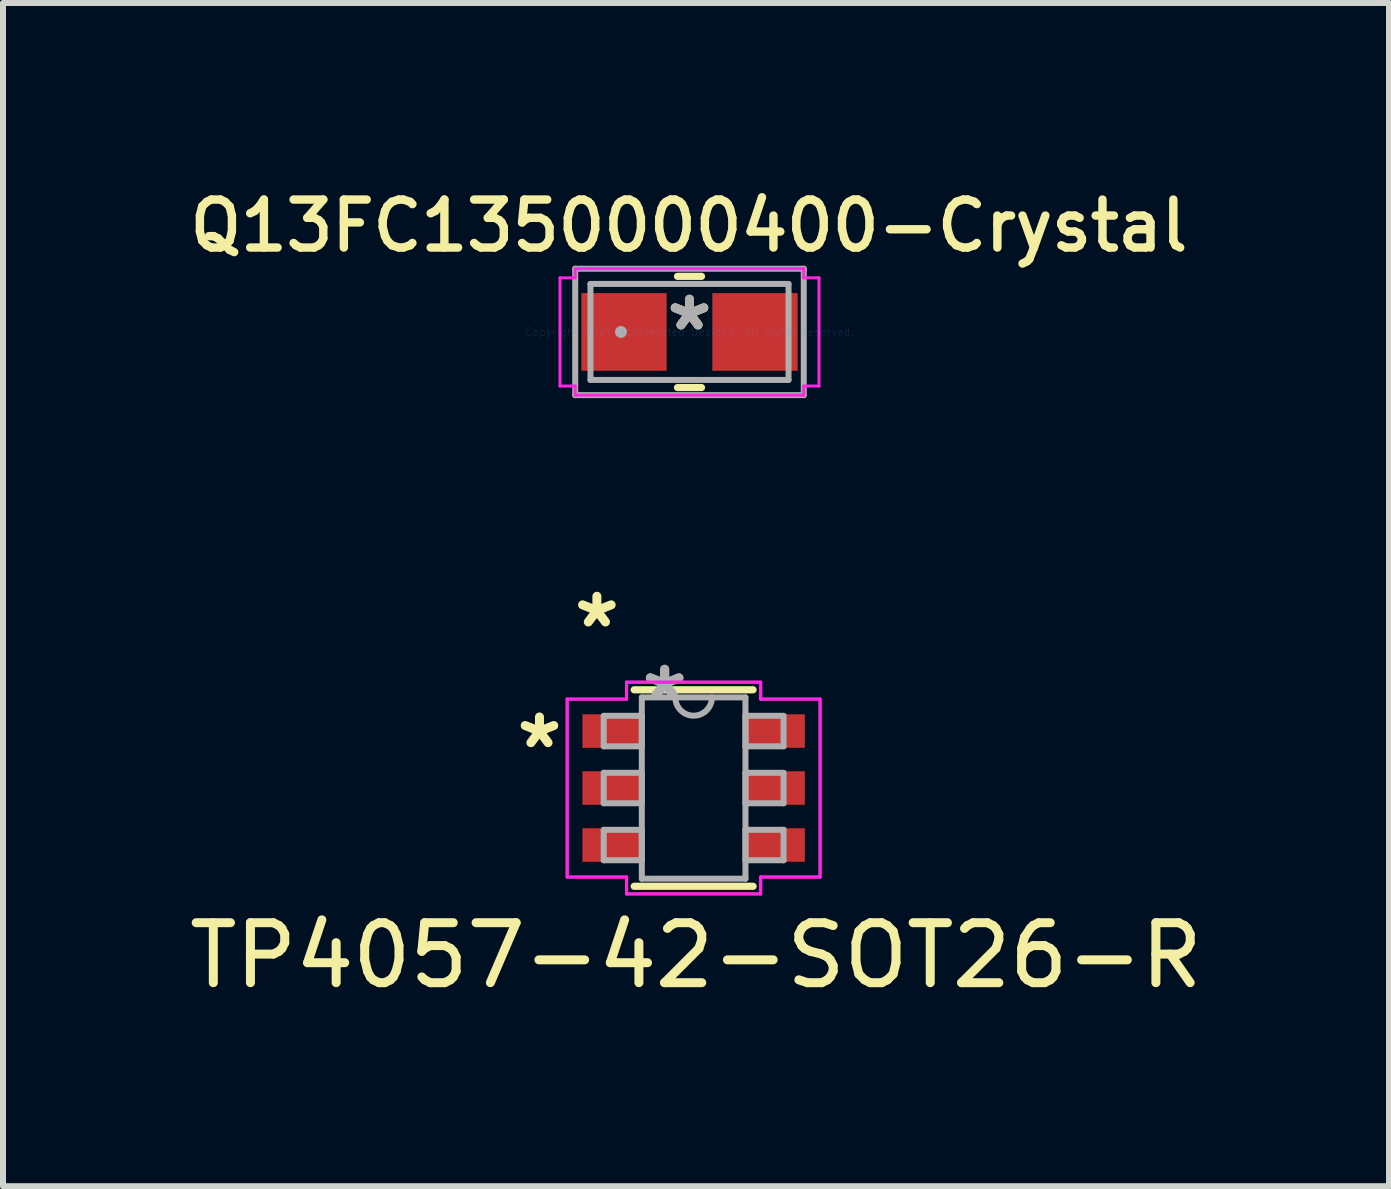
<source format=kicad_pcb>
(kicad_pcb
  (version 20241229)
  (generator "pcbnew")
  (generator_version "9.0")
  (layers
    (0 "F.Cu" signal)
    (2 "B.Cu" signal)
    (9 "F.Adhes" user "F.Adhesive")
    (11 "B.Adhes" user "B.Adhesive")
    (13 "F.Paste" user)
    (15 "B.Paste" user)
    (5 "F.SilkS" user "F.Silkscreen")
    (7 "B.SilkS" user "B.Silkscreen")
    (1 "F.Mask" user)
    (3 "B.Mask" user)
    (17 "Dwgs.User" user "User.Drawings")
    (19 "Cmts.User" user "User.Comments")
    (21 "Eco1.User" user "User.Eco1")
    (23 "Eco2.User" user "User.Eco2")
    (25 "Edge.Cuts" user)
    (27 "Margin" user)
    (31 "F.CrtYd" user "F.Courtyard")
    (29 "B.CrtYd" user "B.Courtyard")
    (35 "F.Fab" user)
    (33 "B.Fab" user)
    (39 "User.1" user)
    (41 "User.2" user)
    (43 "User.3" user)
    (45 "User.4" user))
  (footprint "Q13FC1350000400-Crystal"
    (layer "F.Cu")
    (at 8.445 2.484)
    (property "Reference" "Q13FC1350000400-Crystal" (at -0.01 -1.77 0) (layer "F.SilkS") (effects (font (size 0.8 0.8) (thickness 0.14) (bold yes))))
    (attr smd)
    (fp_line (start -0.2 0.927) (end 0.2 0.927) (stroke (width 0.12) (type solid)) (layer "F.SilkS"))
    (fp_line (start 0.2 -0.927) (end -0.2 -0.927) (stroke (width 0.12) (type solid)) (layer "F.SilkS"))
    (fp_line (start -2.159 -0.902) (end -1.905 -0.902) (stroke (width 0.05) (type solid)) (layer "F.CrtYd"))
    (fp_line (start -2.159 0.902) (end -2.159 -0.902) (stroke (width 0.05) (type solid)) (layer "F.CrtYd"))
    (fp_line (start -1.905 -1.054) (end 1.905 -1.054) (stroke (width 0.05) (type solid)) (layer "F.CrtYd"))
    (fp_line (start -1.905 -0.902) (end -1.905 -1.054) (stroke (width 0.05) (type solid)) (layer "F.CrtYd"))
    (fp_line (start -1.905 0.902) (end -2.159 0.902) (stroke (width 0.05) (type solid)) (layer "F.CrtYd"))
    (fp_line (start -1.905 1.054) (end -1.905 0.902) (stroke (width 0.05) (type solid)) (layer "F.CrtYd"))
    (fp_line (start 1.905 -1.054) (end 1.905 -0.902) (stroke (width 0.05) (type solid)) (layer "F.CrtYd"))
    (fp_line (start 1.905 -0.902) (end 2.159 -0.902) (stroke (width 0.05) (type solid)) (layer "F.CrtYd"))
    (fp_line (start 1.905 0.902) (end 1.905 1.054) (stroke (width 0.05) (type solid)) (layer "F.CrtYd"))
    (fp_line (start 1.905 1.054) (end -1.905 1.054) (stroke (width 0.05) (type solid)) (layer "F.CrtYd"))
    (fp_line (start 2.159 -0.902) (end 2.159 0.902) (stroke (width 0.05) (type solid)) (layer "F.CrtYd"))
    (fp_line (start 2.159 0.902) (end 1.905 0.902) (stroke (width 0.05) (type solid)) (layer "F.CrtYd"))
    (fp_line (start -1.905 -1.054) (end 1.905 -1.054) (stroke (width 0.1) (type solid)) (layer "F.Fab"))
    (fp_line (start -1.905 1.054) (end -1.905 -1.054) (stroke (width 0.1) (type solid)) (layer "F.Fab"))
    (fp_line (start -1.651 -0.8) (end -1.651 0.8) (stroke (width 0.1) (type solid)) (layer "F.Fab"))
    (fp_line (start -1.651 0.8) (end 1.651 0.8) (stroke (width 0.1) (type solid)) (layer "F.Fab"))
    (fp_line (start 1.651 -0.8) (end -1.651 -0.8) (stroke (width 0.1) (type solid)) (layer "F.Fab"))
    (fp_line (start 1.651 0.8) (end 1.651 -0.8) (stroke (width 0.1) (type solid)) (layer "F.Fab"))
    (fp_line (start 1.905 -1.054) (end 1.905 1.054) (stroke (width 0.1) (type solid)) (layer "F.Fab"))
    (fp_line (start 1.905 1.054) (end -1.905 1.054) (stroke (width 0.1) (type solid)) (layer "F.Fab"))
    (fp_circle (center -1.143 0) (end -1.143 0) (stroke (width 0.1) (type solid)) (fill no) (layer "F.Fab"))
    (fp_text user "*" (at 0 0 0) (layer "F.SilkS") (effects (font (size 1 1) (thickness 0.15))))
    (fp_text user "Copyright 2021 Accelerated Designs. All rights reserved." (at 0 0 0) (layer "Cmts.User") (effects (font (size 0.127 0.127) (thickness 0.002))))
    (fp_text user "*" (at 0 0 0) (layer "F.Fab") (effects (font (size 1 1) (thickness 0.15))))
    (pad "1" smd rect (at -1.092 0 90) (size 1.295 1.422) (layers "F.Cu" "F.Mask" "F.Paste"))
    (pad "2" smd rect (at 1.092 0 90) (size 1.295 1.422) (layers "F.Cu" "F.Mask" "F.Paste")))
  (footprint "TP4057-42-SOT26-R"
    (layer "F.Cu")
    (at 8.514 10.088)
    (property "Reference" "TP4057-42-SOT26-R" (at 0.04 2.79 0) (layer "F.SilkS") (effects (font (size 1 1) (thickness 0.15))))
    (attr through_hole)
    (fp_line (start -0.991 1.638) (end 0.991 1.638) (stroke (width 0.12) (type solid)) (layer "F.SilkS"))
    (fp_line (start 0.991 -1.638) (end -0.991 -1.638) (stroke (width 0.12) (type solid)) (layer "F.SilkS"))
    (fp_line (start -2.108 -1.483) (end -1.118 -1.483) (stroke (width 0.05) (type solid)) (layer "F.CrtYd"))
    (fp_line (start -2.108 -1.483) (end -1.118 -1.483) (stroke (width 0.05) (type solid)) (layer "F.CrtYd"))
    (fp_line (start -2.108 1.483) (end -2.108 -1.483) (stroke (width 0.05) (type solid)) (layer "F.CrtYd"))
    (fp_line (start -2.108 1.483) (end -2.108 -1.483) (stroke (width 0.05) (type solid)) (layer "F.CrtYd"))
    (fp_line (start -2.108 1.483) (end -1.118 1.483) (stroke (width 0.05) (type solid)) (layer "F.CrtYd"))
    (fp_line (start -1.118 -1.765) (end 1.118 -1.765) (stroke (width 0.05) (type solid)) (layer "F.CrtYd"))
    (fp_line (start -1.118 -1.765) (end 1.118 -1.765) (stroke (width 0.05) (type solid)) (layer "F.CrtYd"))
    (fp_line (start -1.118 -1.483) (end -1.118 -1.765) (stroke (width 0.05) (type solid)) (layer "F.CrtYd"))
    (fp_line (start -1.118 -1.483) (end -1.118 -1.765) (stroke (width 0.05) (type solid)) (layer "F.CrtYd"))
    (fp_line (start -1.118 1.483) (end -2.108 1.483) (stroke (width 0.05) (type solid)) (layer "F.CrtYd"))
    (fp_line (start -1.118 1.765) (end -1.118 1.483) (stroke (width 0.05) (type solid)) (layer "F.CrtYd"))
    (fp_line (start -1.118 1.765) (end -1.118 1.483) (stroke (width 0.05) (type solid)) (layer "F.CrtYd"))
    (fp_line (start 1.118 -1.765) (end 1.118 -1.483) (stroke (width 0.05) (type solid)) (layer "F.CrtYd"))
    (fp_line (start 1.118 -1.765) (end 1.118 -1.483) (stroke (width 0.05) (type solid)) (layer "F.CrtYd"))
    (fp_line (start 1.118 -1.483) (end 2.108 -1.483) (stroke (width 0.05) (type solid)) (layer "F.CrtYd"))
    (fp_line (start 1.118 1.483) (end 1.118 1.765) (stroke (width 0.05) (type solid)) (layer "F.CrtYd"))
    (fp_line (start 1.118 1.483) (end 1.118 1.765) (stroke (width 0.05) (type solid)) (layer "F.CrtYd"))
    (fp_line (start 1.118 1.765) (end -1.118 1.765) (stroke (width 0.05) (type solid)) (layer "F.CrtYd"))
    (fp_line (start 1.118 1.765) (end -1.118 1.765) (stroke (width 0.05) (type solid)) (layer "F.CrtYd"))
    (fp_line (start 2.108 -1.483) (end 1.118 -1.483) (stroke (width 0.05) (type solid)) (layer "F.CrtYd"))
    (fp_line (start 2.108 -1.483) (end 2.108 1.483) (stroke (width 0.05) (type solid)) (layer "F.CrtYd"))
    (fp_line (start 2.108 -1.483) (end 2.108 1.483) (stroke (width 0.05) (type solid)) (layer "F.CrtYd"))
    (fp_line (start 2.108 1.483) (end 1.118 1.483) (stroke (width 0.05) (type solid)) (layer "F.CrtYd"))
    (fp_line (start 2.108 1.483) (end 1.118 1.483) (stroke (width 0.05) (type solid)) (layer "F.CrtYd"))
    (fp_line (start -1.499 -1.204) (end -1.499 -0.696) (stroke (width 0.1) (type solid)) (layer "F.Fab"))
    (fp_line (start -1.499 -0.696) (end -0.864 -0.696) (stroke (width 0.1) (type solid)) (layer "F.Fab"))
    (fp_line (start -1.499 -0.254) (end -1.499 0.254) (stroke (width 0.1) (type solid)) (layer "F.Fab"))
    (fp_line (start -1.499 0.254) (end -0.864 0.254) (stroke (width 0.1) (type solid)) (layer "F.Fab"))
    (fp_line (start -1.499 0.696) (end -1.499 1.204) (stroke (width 0.1) (type solid)) (layer "F.Fab"))
    (fp_line (start -1.499 1.204) (end -0.864 1.204) (stroke (width 0.1) (type solid)) (layer "F.Fab"))
    (fp_line (start -0.864 -1.511) (end -0.864 1.511) (stroke (width 0.1) (type solid)) (layer "F.Fab"))
    (fp_line (start -0.864 -1.204) (end -1.499 -1.204) (stroke (width 0.1) (type solid)) (layer "F.Fab"))
    (fp_line (start -0.864 -0.696) (end -0.864 -1.204) (stroke (width 0.1) (type solid)) (layer "F.Fab"))
    (fp_line (start -0.864 -0.254) (end -1.499 -0.254) (stroke (width 0.1) (type solid)) (layer "F.Fab"))
    (fp_line (start -0.864 0.254) (end -0.864 -0.254) (stroke (width 0.1) (type solid)) (layer "F.Fab"))
    (fp_line (start -0.864 0.696) (end -1.499 0.696) (stroke (width 0.1) (type solid)) (layer "F.Fab"))
    (fp_line (start -0.864 1.204) (end -0.864 0.696) (stroke (width 0.1) (type solid)) (layer "F.Fab"))
    (fp_line (start -0.864 1.511) (end 0.864 1.511) (stroke (width 0.1) (type solid)) (layer "F.Fab"))
    (fp_line (start 0.864 -1.511) (end -0.864 -1.511) (stroke (width 0.1) (type solid)) (layer "F.Fab"))
    (fp_line (start 0.864 -1.204) (end 0.864 -0.696) (stroke (width 0.1) (type solid)) (layer "F.Fab"))
    (fp_line (start 0.864 -0.696) (end 1.499 -0.696) (stroke (width 0.1) (type solid)) (layer "F.Fab"))
    (fp_line (start 0.864 -0.254) (end 0.864 0.254) (stroke (width 0.1) (type solid)) (layer "F.Fab"))
    (fp_line (start 0.864 0.254) (end 1.499 0.254) (stroke (width 0.1) (type solid)) (layer "F.Fab"))
    (fp_line (start 0.864 0.696) (end 0.864 1.204) (stroke (width 0.1) (type solid)) (layer "F.Fab"))
    (fp_line (start 0.864 1.204) (end 1.499 1.204) (stroke (width 0.1) (type solid)) (layer "F.Fab"))
    (fp_line (start 0.864 1.511) (end 0.864 -1.511) (stroke (width 0.1) (type solid)) (layer "F.Fab"))
    (fp_line (start 1.499 -1.204) (end 0.864 -1.204) (stroke (width 0.1) (type solid)) (layer "F.Fab"))
    (fp_line (start 1.499 -0.696) (end 1.499 -1.204) (stroke (width 0.1) (type solid)) (layer "F.Fab"))
    (fp_line (start 1.499 -0.254) (end 0.864 -0.254) (stroke (width 0.1) (type solid)) (layer "F.Fab"))
    (fp_line (start 1.499 0.254) (end 1.499 -0.254) (stroke (width 0.1) (type solid)) (layer "F.Fab"))
    (fp_line (start 1.499 0.696) (end 0.864 0.696) (stroke (width 0.1) (type solid)) (layer "F.Fab"))
    (fp_line (start 1.499 1.204) (end 1.499 0.696) (stroke (width 0.1) (type solid)) (layer "F.Fab"))
    (fp_arc (start 0.3048 -1.5113) (mid 0 -1.2065) (end -0.3048 -1.5113) (stroke (width 0.1) (type solid)) (layer "F.Fab"))
    (fp_text user "*" (at -1.613 -2.652 0) (layer "F.SilkS") (effects (font (size 1 1) (thickness 0.15))))
    (fp_text user "*" (at -2.57 -0.64 0) (layer "F.SilkS") (effects (font (size 1 1) (thickness 0.15))))
    (fp_text user "*" (at -0.483 -1.435 0) (layer "F.Fab") (effects (font (size 1 1) (thickness 0.15))))
    (fp_text user "*" (at -0.483 -1.435 0) (layer "F.Fab") (effects (font (size 1 1) (thickness 0.15))))
    (pad "1" smd rect (at -1.359 -0.95) (size 0.991 0.559) (layers "F.Cu" "F.Mask" "F.Paste"))
    (pad "2" smd rect (at -1.359 0) (size 0.991 0.559) (layers "F.Cu" "F.Mask" "F.Paste"))
    (pad "3" smd rect (at -1.359 0.95) (size 0.991 0.559) (layers "F.Cu" "F.Mask" "F.Paste"))
    (pad "4" smd rect (at 1.359 0.95) (size 0.991 0.559) (layers "F.Cu" "F.Mask" "F.Paste"))
    (pad "5" smd rect (at 1.359 0) (size 0.991 0.559) (layers "F.Cu" "F.Mask" "F.Paste"))
    (pad "6" smd rect (at 1.359 -0.95) (size 0.991 0.559) (layers "F.Cu" "F.Mask" "F.Paste")))
  (gr_rect
    (start -3 -3)
    (end 20.107 16.726)
    (stroke (width 0.1) (type default))
    (fill no)
    (layer "Edge.Cuts")))
</source>
